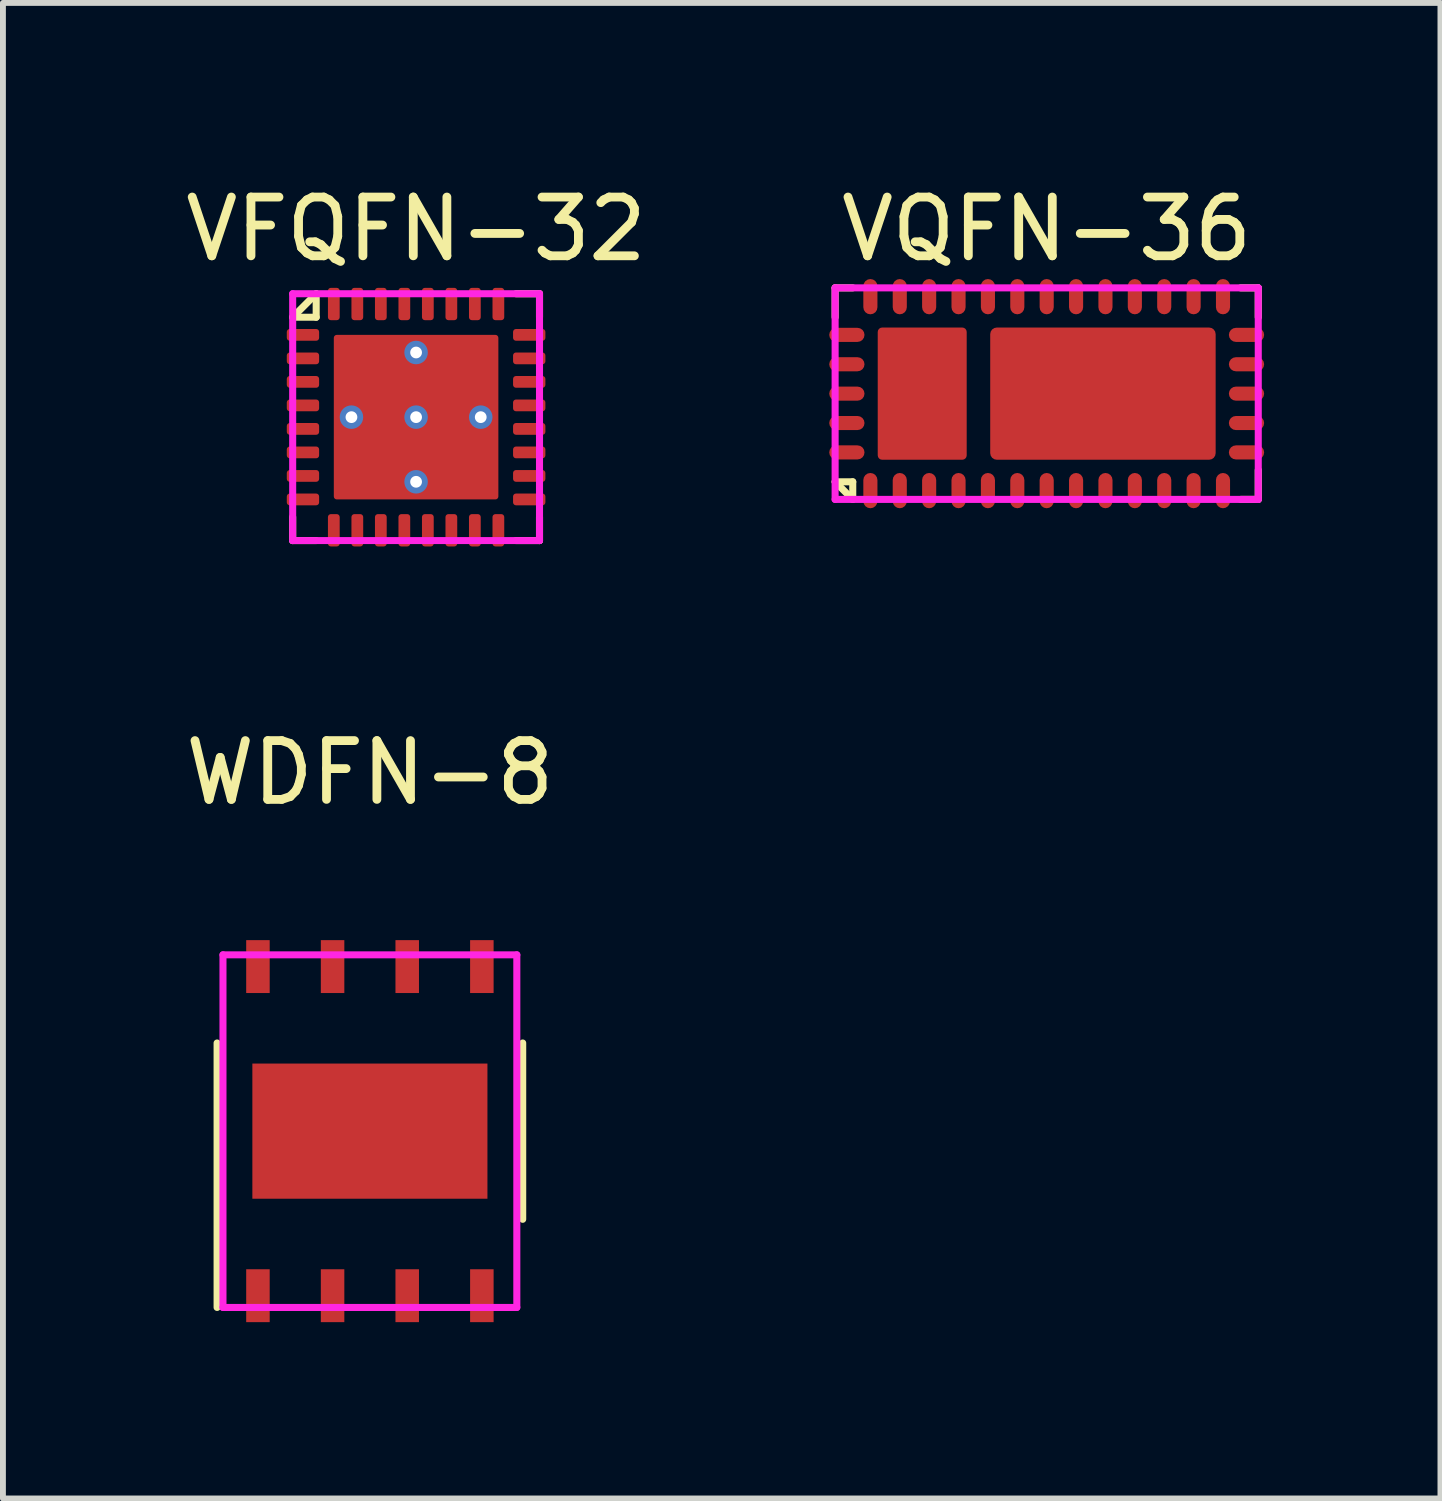
<source format=kicad_pcb>
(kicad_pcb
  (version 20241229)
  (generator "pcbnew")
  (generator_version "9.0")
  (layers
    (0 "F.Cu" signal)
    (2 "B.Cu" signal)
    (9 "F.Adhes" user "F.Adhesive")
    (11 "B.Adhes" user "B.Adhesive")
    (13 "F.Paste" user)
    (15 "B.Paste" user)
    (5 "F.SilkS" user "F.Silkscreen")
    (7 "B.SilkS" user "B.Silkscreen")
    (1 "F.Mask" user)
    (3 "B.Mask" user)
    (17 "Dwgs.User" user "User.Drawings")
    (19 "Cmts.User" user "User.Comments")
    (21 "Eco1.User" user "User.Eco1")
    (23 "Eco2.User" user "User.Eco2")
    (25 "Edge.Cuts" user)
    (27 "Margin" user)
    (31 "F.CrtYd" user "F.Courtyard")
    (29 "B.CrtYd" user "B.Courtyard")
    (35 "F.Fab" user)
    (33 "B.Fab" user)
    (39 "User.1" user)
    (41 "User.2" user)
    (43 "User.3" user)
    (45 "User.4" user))
  (footprint "WDFN-8"
    (layer "F.Cu")
    (at 3.244 16.197)
    (property "Reference" "WDFN-8" (at 0 -6.1 0) (unlocked yes) (layer "F.SilkS") (effects (font (size 1 1) (thickness 0.15))))
    (attr smd)
    (fp_line (start -2.6 3) (end -2.6 -1.5) (stroke (width 0.12) (type default)) (layer "F.SilkS"))
    (fp_line (start 2.6 -1.5) (end 2.6 1.5) (stroke (width 0.12) (type default)) (layer "F.SilkS"))
    (fp_line (start -2.5 -3) (end -2.5 3) (stroke (width 0.12) (type default)) (layer "F.CrtYd"))
    (fp_line (start -2.5 3) (end 2.5 3) (stroke (width 0.12) (type default)) (layer "F.CrtYd"))
    (fp_line (start 2.5 -3) (end -2.5 -3) (stroke (width 0.12) (type default)) (layer "F.CrtYd"))
    (fp_line (start 2.5 3) (end 2.5 -3) (stroke (width 0.12) (type default)) (layer "F.CrtYd"))
    (pad "" smd rect (at -1 -0.58) (size 1.7 0.84) (layers "F.Paste"))
    (pad "" smd rect (at -1 0.58) (size 1.7 0.84) (layers "F.Paste"))
    (pad "" smd rect (at 1 -0.58) (size 1.7 0.84) (layers "F.Paste"))
    (pad "" smd rect (at 1 0.58) (size 1.7 0.84) (layers "F.Paste"))
    (pad "1" smd rect (at -1.905 2.8) (size 0.4 0.9) (layers "F.Cu" "F.Mask" "F.Paste"))
    (pad "2" smd rect (at -0.635 2.8) (size 0.4 0.9) (layers "F.Cu" "F.Mask" "F.Paste"))
    (pad "3" smd rect (at 0.635 2.8) (size 0.4 0.9) (layers "F.Cu" "F.Mask" "F.Paste"))
    (pad "4" smd rect (at 1.905 2.8) (size 0.4 0.9) (layers "F.Cu" "F.Mask" "F.Paste"))
    (pad "5" smd rect (at 1.905 -2.8) (size 0.4 0.9) (layers "F.Cu" "F.Mask" "F.Paste"))
    (pad "6" smd rect (at 0.635 -2.8) (size 0.4 0.9) (layers "F.Cu" "F.Mask" "F.Paste"))
    (pad "7" smd rect (at -0.635 -2.8) (size 0.4 0.9) (layers "F.Cu" "F.Mask" "F.Paste"))
    (pad "8" smd rect (at -1.905 -2.8) (size 0.4 0.9) (layers "F.Cu" "F.Mask" "F.Paste"))
    (pad "9" smd rect (at 0 0) (size 4 2.3) (layers "F.Cu" "F.Mask")))
  (footprint "VQFN-36"
    (layer "F.Cu")
    (at 14.76 3.648)
    (property "Reference" "VQFN-36" (at 0 -2.8 0) (unlocked yes) (layer "F.SilkS") (effects (font (size 1 1) (thickness 0.15))))
    (attr smd)
    (fp_line (start -3.6 -1.8) (end -3.6 -1.3) (stroke (width 0.12) (type default)) (layer "F.SilkS"))
    (fp_line (start -3.6 1.5) (end -3.3 1.5) (stroke (width 0.12) (type default)) (layer "F.SilkS"))
    (fp_line (start -3.3 -1.8) (end -3.6 -1.8) (stroke (width 0.12) (type default)) (layer "F.SilkS"))
    (fp_line (start -3.3 1.5) (end -3.3 1.8) (stroke (width 0.12) (type default)) (layer "F.SilkS"))
    (fp_line (start -3.3 1.8) (end -3.6 1.5) (stroke (width 0.12) (type default)) (layer "F.SilkS"))
    (fp_line (start 3.3 -1.8) (end 3.6 -1.8) (stroke (width 0.12) (type default)) (layer "F.SilkS"))
    (fp_line (start 3.6 -1.8) (end 3.6 -1.3) (stroke (width 0.12) (type default)) (layer "F.SilkS"))
    (fp_line (start 3.6 1.3) (end 3.6 1.8) (stroke (width 0.12) (type default)) (layer "F.SilkS"))
    (fp_line (start 3.6 1.8) (end 3.3 1.8) (stroke (width 0.12) (type default)) (layer "F.SilkS"))
    (fp_line (start -3.6 -1.8) (end 3.6 -1.8) (stroke (width 0.12) (type default)) (layer "F.CrtYd"))
    (fp_line (start -3.6 1.8) (end -3.6 -1.8) (stroke (width 0.12) (type default)) (layer "F.CrtYd"))
    (fp_line (start 3.6 -1.8) (end 3.6 1.8) (stroke (width 0.12) (type default)) (layer "F.CrtYd"))
    (fp_line (start 3.6 1.8) (end -3.6 1.8) (stroke (width 0.12) (type default)) (layer "F.CrtYd"))
    (pad "" smd roundrect (at -2.513 -0.6) (size 0.59 1) (layers "F.Paste") (roundrect_rratio 0.05))
    (pad "" smd roundrect (at -2.513 0.6) (size 0.59 1) (layers "F.Paste") (roundrect_rratio 0.05))
    (pad "" smd roundrect (at -1.723 -0.6) (size 0.59 1) (layers "F.Paste") (roundrect_rratio 0.05))
    (pad "" smd roundrect (at -1.723 0.6) (size 0.59 1) (layers "F.Paste") (roundrect_rratio 0.05))
    (pad "" smd roundrect (at -0.468 -0.6) (size 0.75 1) (layers "F.Paste") (roundrect_rratio 0.05))
    (pad "" smd roundrect (at -0.468 0.6) (size 0.75 1) (layers "F.Paste") (roundrect_rratio 0.05))
    (pad "" smd roundrect (at 0.482 -0.6) (size 0.75 1) (layers "F.Paste") (roundrect_rratio 0.05))
    (pad "" smd roundrect (at 0.482 0.6) (size 0.75 1) (layers "F.Paste") (roundrect_rratio 0.05))
    (pad "" smd roundrect (at 1.432 -0.6) (size 0.75 1) (layers "F.Paste") (roundrect_rratio 0.05))
    (pad "" smd roundrect (at 1.432 0.6) (size 0.75 1) (layers "F.Paste") (roundrect_rratio 0.05))
    (pad "" smd roundrect (at 2.382 -0.6) (size 0.75 1) (layers "F.Paste") (roundrect_rratio 0.05))
    (pad "" smd roundrect (at 2.382 0.6) (size 0.75 1) (layers "F.Paste") (roundrect_rratio 0.05))
    (pad "1" smd roundrect (at -3 1.65) (size 0.24 0.6) (layers "F.Cu" "F.Mask" "F.Paste") (roundrect_rratio 0.5))
    (pad "2" smd roundrect (at -2.5 1.65) (size 0.24 0.6) (layers "F.Cu" "F.Mask" "F.Paste") (roundrect_rratio 0.5))
    (pad "3" smd roundrect (at -2 1.65) (size 0.24 0.6) (layers "F.Cu" "F.Mask" "F.Paste") (roundrect_rratio 0.5))
    (pad "4" smd roundrect (at -1.5 1.65) (size 0.24 0.6) (layers "F.Cu" "F.Mask" "F.Paste") (roundrect_rratio 0.5))
    (pad "5" smd roundrect (at -1 1.65) (size 0.24 0.6) (layers "F.Cu" "F.Mask" "F.Paste") (roundrect_rratio 0.5))
    (pad "6" smd roundrect (at -0.5 1.65) (size 0.24 0.6) (layers "F.Cu" "F.Mask" "F.Paste") (roundrect_rratio 0.5))
    (pad "7" smd roundrect (at 0 1.65) (size 0.24 0.6) (layers "F.Cu" "F.Mask" "F.Paste") (roundrect_rratio 0.5))
    (pad "8" smd roundrect (at 0.5 1.65) (size 0.24 0.6) (layers "F.Cu" "F.Mask" "F.Paste") (roundrect_rratio 0.5))
    (pad "9" smd roundrect (at 1 1.65) (size 0.24 0.6) (layers "F.Cu" "F.Mask" "F.Paste") (roundrect_rratio 0.5))
    (pad "10" smd roundrect (at 1.5 1.65) (size 0.24 0.6) (layers "F.Cu" "F.Mask" "F.Paste") (roundrect_rratio 0.5))
    (pad "11" smd roundrect (at 2 1.65) (size 0.24 0.6) (layers "F.Cu" "F.Mask" "F.Paste") (roundrect_rratio 0.5))
    (pad "12" smd roundrect (at 2.5 1.65) (size 0.24 0.6) (layers "F.Cu" "F.Mask" "F.Paste") (roundrect_rratio 0.5))
    (pad "13" smd roundrect (at 3 1.65) (size 0.24 0.6) (layers "F.Cu" "F.Mask" "F.Paste") (roundrect_rratio 0.5))
    (pad "14" smd roundrect (at 3.4 1 90) (size 0.24 0.6) (layers "F.Cu" "F.Mask" "F.Paste") (roundrect_rratio 0.5))
    (pad "15" smd roundrect (at 3.4 0.5 90) (size 0.24 0.6) (layers "F.Cu" "F.Mask" "F.Paste") (roundrect_rratio 0.5))
    (pad "16" smd roundrect (at 3.4 0 90) (size 0.24 0.6) (layers "F.Cu" "F.Mask" "F.Paste") (roundrect_rratio 0.5))
    (pad "17" smd roundrect (at 3.4 -0.5 90) (size 0.24 0.6) (layers "F.Cu" "F.Mask" "F.Paste") (roundrect_rratio 0.5))
    (pad "18" smd roundrect (at 3.4 -1 90) (size 0.24 0.6) (layers "F.Cu" "F.Mask" "F.Paste") (roundrect_rratio 0.5))
    (pad "19" smd roundrect (at 3 -1.65 180) (size 0.24 0.6) (layers "F.Cu" "F.Mask" "F.Paste") (roundrect_rratio 0.5))
    (pad "20" smd roundrect (at 2.5 -1.65 180) (size 0.24 0.6) (layers "F.Cu" "F.Mask" "F.Paste") (roundrect_rratio 0.5))
    (pad "21" smd roundrect (at 2 -1.65 180) (size 0.24 0.6) (layers "F.Cu" "F.Mask" "F.Paste") (roundrect_rratio 0.5))
    (pad "22" smd roundrect (at 1.5 -1.65 180) (size 0.24 0.6) (layers "F.Cu" "F.Mask" "F.Paste") (roundrect_rratio 0.5))
    (pad "23" smd roundrect (at 1 -1.65 180) (size 0.24 0.6) (layers "F.Cu" "F.Mask" "F.Paste") (roundrect_rratio 0.5))
    (pad "24" smd roundrect (at 0.5 -1.65 180) (size 0.24 0.6) (layers "F.Cu" "F.Mask" "F.Paste") (roundrect_rratio 0.5))
    (pad "25" smd roundrect (at 0 -1.65 180) (size 0.24 0.6) (layers "F.Cu" "F.Mask" "F.Paste") (roundrect_rratio 0.5))
    (pad "26" smd roundrect (at -0.5 -1.65 180) (size 0.24 0.6) (layers "F.Cu" "F.Mask" "F.Paste") (roundrect_rratio 0.5))
    (pad "27" smd roundrect (at -1 -1.65 180) (size 0.24 0.6) (layers "F.Cu" "F.Mask" "F.Paste") (roundrect_rratio 0.5))
    (pad "28" smd roundrect (at -1.5 -1.65 180) (size 0.24 0.6) (layers "F.Cu" "F.Mask" "F.Paste") (roundrect_rratio 0.5))
    (pad "29" smd roundrect (at -2 -1.65 180) (size 0.24 0.6) (layers "F.Cu" "F.Mask" "F.Paste") (roundrect_rratio 0.5))
    (pad "30" smd roundrect (at -2.5 -1.65 180) (size 0.24 0.6) (layers "F.Cu" "F.Mask" "F.Paste") (roundrect_rratio 0.5))
    (pad "31" smd roundrect (at -3 -1.65 180) (size 0.24 0.6) (layers "F.Cu" "F.Mask" "F.Paste") (roundrect_rratio 0.5))
    (pad "32" smd roundrect (at -3.4 -1 270) (size 0.24 0.6) (layers "F.Cu" "F.Mask" "F.Paste") (roundrect_rratio 0.5))
    (pad "33" smd roundrect (at -3.4 -0.5 270) (size 0.24 0.6) (layers "F.Cu" "F.Mask" "F.Paste") (roundrect_rratio 0.5))
    (pad "34" smd roundrect (at -3.4 0 270) (size 0.24 0.6) (layers "F.Cu" "F.Mask" "F.Paste") (roundrect_rratio 0.5))
    (pad "35" smd roundrect (at -3.4 0.5 270) (size 0.24 0.6) (layers "F.Cu" "F.Mask" "F.Paste") (roundrect_rratio 0.5))
    (pad "36" smd roundrect (at -3.4 1 270) (size 0.24 0.6) (layers "F.Cu" "F.Mask" "F.Paste") (roundrect_rratio 0.5))
    (pad "37" smd roundrect (at -2.118 0) (size 1.514 2.25) (layers "F.Cu" "F.Mask") (roundrect_rratio 0.05))
    (pad "38" smd roundrect (at 0.957 0) (size 3.836 2.25) (layers "F.Cu" "F.Mask") (roundrect_rratio 0.05)))
  (footprint "VFQFN-32"
    (layer "F.Cu")
    (at 4.03 4.048)
    (property "Reference" "VFQFN-32" (at 0 -3.2 0) (unlocked yes) (layer "F.SilkS") (effects (font (size 1 1) (thickness 0.15))))
    (attr smd)
    (fp_line (start -2.1 -1.7) (end -1.7 -2.1) (stroke (width 0.12) (type default)) (layer "F.SilkS"))
    (fp_line (start -2.1 2.1) (end -2.1 1.7) (stroke (width 0.12) (type default)) (layer "F.SilkS"))
    (fp_line (start -1.7 -2.1) (end -1.7 -1.7) (stroke (width 0.12) (type default)) (layer "F.SilkS"))
    (fp_line (start -1.7 -1.7) (end -2.1 -1.7) (stroke (width 0.12) (type default)) (layer "F.SilkS"))
    (fp_line (start -1.7 2.1) (end -2.1 2.1) (stroke (width 0.12) (type default)) (layer "F.SilkS"))
    (fp_line (start 1.7 -2.1) (end 2.1 -2.1) (stroke (width 0.12) (type default)) (layer "F.SilkS"))
    (fp_line (start 2.1 -2.1) (end 2.1 -1.7) (stroke (width 0.12) (type default)) (layer "F.SilkS"))
    (fp_line (start 2.1 1.7) (end 2.1 2.1) (stroke (width 0.12) (type default)) (layer "F.SilkS"))
    (fp_line (start 2.1 2.1) (end 1.7 2.1) (stroke (width 0.12) (type default)) (layer "F.SilkS"))
    (fp_line (start -2.1 -2.1) (end -2.1 2.1) (stroke (width 0.12) (type default)) (layer "F.CrtYd"))
    (fp_line (start -2.1 2.1) (end 2.1 2.1) (stroke (width 0.12) (type default)) (layer "F.CrtYd"))
    (fp_line (start 2.1 -2.1) (end -2.1 -2.1) (stroke (width 0.12) (type default)) (layer "F.CrtYd"))
    (fp_line (start 2.1 2.1) (end 2.1 -2.1) (stroke (width 0.12) (type default)) (layer "F.CrtYd"))
    (pad "" smd roundrect (at -0.715 -0.715 270) (size 1.23 1.23) (layers "F.Paste") (roundrect_rratio 0.041))
    (pad "" smd roundrect (at -0.715 0.715 270) (size 1.23 1.23) (layers "F.Paste") (roundrect_rratio 0.041))
    (pad "" smd roundrect (at 0.715 -0.715 270) (size 1.23 1.23) (layers "F.Paste") (roundrect_rratio 0.041))
    (pad "" smd roundrect (at 0.715 0.715 270) (size 1.23 1.23) (layers "F.Paste") (roundrect_rratio 0.041))
    (pad "1" smd roundrect (at -1.925 -1.4) (size 0.55 0.2) (layers "F.Cu" "F.Mask" "F.Paste") (roundrect_rratio 0.25))
    (pad "2" smd roundrect (at -1.925 -1) (size 0.55 0.2) (layers "F.Cu" "F.Mask" "F.Paste") (roundrect_rratio 0.25))
    (pad "3" smd roundrect (at -1.925 -0.6) (size 0.55 0.2) (layers "F.Cu" "F.Mask" "F.Paste") (roundrect_rratio 0.25))
    (pad "4" smd roundrect (at -1.925 -0.2) (size 0.55 0.2) (layers "F.Cu" "F.Mask" "F.Paste") (roundrect_rratio 0.25))
    (pad "5" smd roundrect (at -1.925 0.2) (size 0.55 0.2) (layers "F.Cu" "F.Mask" "F.Paste") (roundrect_rratio 0.25))
    (pad "6" smd roundrect (at -1.925 0.6) (size 0.55 0.2) (layers "F.Cu" "F.Mask" "F.Paste") (roundrect_rratio 0.25))
    (pad "7" smd roundrect (at -1.925 1) (size 0.55 0.2) (layers "F.Cu" "F.Mask" "F.Paste") (roundrect_rratio 0.25))
    (pad "8" smd roundrect (at -1.925 1.4) (size 0.55 0.2) (layers "F.Cu" "F.Mask" "F.Paste") (roundrect_rratio 0.25))
    (pad "9" smd roundrect (at -1.4 1.925 90) (size 0.55 0.2) (layers "F.Cu" "F.Mask" "F.Paste") (roundrect_rratio 0.25))
    (pad "10" smd roundrect (at -1 1.925 90) (size 0.55 0.2) (layers "F.Cu" "F.Mask" "F.Paste") (roundrect_rratio 0.25))
    (pad "11" smd roundrect (at -0.6 1.925 90) (size 0.55 0.2) (layers "F.Cu" "F.Mask" "F.Paste") (roundrect_rratio 0.25))
    (pad "12" smd roundrect (at -0.2 1.925 90) (size 0.55 0.2) (layers "F.Cu" "F.Mask" "F.Paste") (roundrect_rratio 0.25))
    (pad "13" smd roundrect (at 0.2 1.925 90) (size 0.55 0.2) (layers "F.Cu" "F.Mask" "F.Paste") (roundrect_rratio 0.25))
    (pad "14" smd roundrect (at 0.6 1.925 90) (size 0.55 0.2) (layers "F.Cu" "F.Mask" "F.Paste") (roundrect_rratio 0.25))
    (pad "15" smd roundrect (at 1 1.925 90) (size 0.55 0.2) (layers "F.Cu" "F.Mask" "F.Paste") (roundrect_rratio 0.25))
    (pad "16" smd roundrect (at 1.4 1.925 90) (size 0.55 0.2) (layers "F.Cu" "F.Mask" "F.Paste") (roundrect_rratio 0.25))
    (pad "17" smd roundrect (at 1.925 1.4 180) (size 0.55 0.2) (layers "F.Cu" "F.Mask" "F.Paste") (roundrect_rratio 0.25))
    (pad "18" smd roundrect (at 1.925 1 180) (size 0.55 0.2) (layers "F.Cu" "F.Mask" "F.Paste") (roundrect_rratio 0.25))
    (pad "19" smd roundrect (at 1.925 0.6 180) (size 0.55 0.2) (layers "F.Cu" "F.Mask" "F.Paste") (roundrect_rratio 0.25))
    (pad "20" smd roundrect (at 1.925 0.2 180) (size 0.55 0.2) (layers "F.Cu" "F.Mask" "F.Paste") (roundrect_rratio 0.25))
    (pad "21" smd roundrect (at 1.925 -0.2 180) (size 0.55 0.2) (layers "F.Cu" "F.Mask" "F.Paste") (roundrect_rratio 0.25))
    (pad "22" smd roundrect (at 1.925 -0.6 180) (size 0.55 0.2) (layers "F.Cu" "F.Mask" "F.Paste") (roundrect_rratio 0.25))
    (pad "23" smd roundrect (at 1.925 -1 180) (size 0.55 0.2) (layers "F.Cu" "F.Mask" "F.Paste") (roundrect_rratio 0.25))
    (pad "24" smd roundrect (at 1.925 -1.4 180) (size 0.55 0.2) (layers "F.Cu" "F.Mask" "F.Paste") (roundrect_rratio 0.25))
    (pad "25" smd roundrect (at 1.4 -1.925 270) (size 0.55 0.2) (layers "F.Cu" "F.Mask" "F.Paste") (roundrect_rratio 0.25))
    (pad "26" smd roundrect (at 1 -1.925 270) (size 0.55 0.2) (layers "F.Cu" "F.Mask" "F.Paste") (roundrect_rratio 0.25))
    (pad "27" smd roundrect (at 0.6 -1.925 270) (size 0.55 0.2) (layers "F.Cu" "F.Mask" "F.Paste") (roundrect_rratio 0.25))
    (pad "28" smd roundrect (at 0.2 -1.925 270) (size 0.55 0.2) (layers "F.Cu" "F.Mask" "F.Paste") (roundrect_rratio 0.25))
    (pad "29" smd roundrect (at -0.2 -1.925 270) (size 0.55 0.2) (layers "F.Cu" "F.Mask" "F.Paste") (roundrect_rratio 0.25))
    (pad "30" smd roundrect (at -0.6 -1.925 270) (size 0.55 0.2) (layers "F.Cu" "F.Mask" "F.Paste") (roundrect_rratio 0.25))
    (pad "31" smd roundrect (at -1 -1.925 270) (size 0.55 0.2) (layers "F.Cu" "F.Mask" "F.Paste") (roundrect_rratio 0.25))
    (pad "32" smd roundrect (at -1.4 -1.925 270) (size 0.55 0.2) (layers "F.Cu" "F.Mask" "F.Paste") (roundrect_rratio 0.25))
    (pad "33" thru_hole circle (at -1.1 0) (size 0.4 0.4) (drill 0.2) (layers "*.Cu" "*.Mask"))
    (pad "33" thru_hole circle (at 0 -1.1) (size 0.4 0.4) (drill 0.2) (layers "*.Cu" "*.Mask"))
    (pad "33" thru_hole circle (at 0 0) (size 0.4 0.4) (drill 0.2) (layers "*.Cu" "*.Mask"))
    (pad "33" smd roundrect (at 0 0 270) (size 2.8 2.8) (layers "F.Cu" "F.Mask") (roundrect_rratio 0.018))
    (pad "33" thru_hole circle (at 0 1.1) (size 0.4 0.4) (drill 0.2) (layers "*.Cu" "*.Mask"))
    (pad "33" thru_hole circle (at 1.1 0) (size 0.4 0.4) (drill 0.2) (layers "*.Cu" "*.Mask")))
  (gr_rect
    (start -3 -3)
    (end 21.46 22.447)
    (stroke (width 0.1) (type default))
    (fill no)
    (layer "Edge.Cuts")))
</source>
